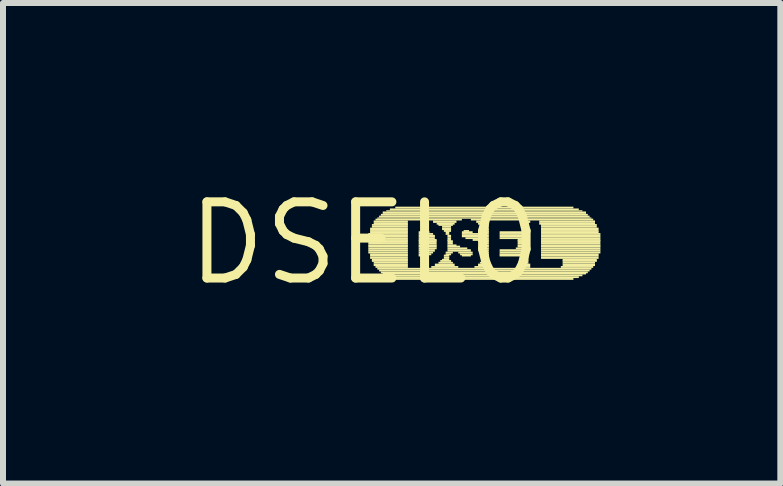
<source format=kicad_pcb>
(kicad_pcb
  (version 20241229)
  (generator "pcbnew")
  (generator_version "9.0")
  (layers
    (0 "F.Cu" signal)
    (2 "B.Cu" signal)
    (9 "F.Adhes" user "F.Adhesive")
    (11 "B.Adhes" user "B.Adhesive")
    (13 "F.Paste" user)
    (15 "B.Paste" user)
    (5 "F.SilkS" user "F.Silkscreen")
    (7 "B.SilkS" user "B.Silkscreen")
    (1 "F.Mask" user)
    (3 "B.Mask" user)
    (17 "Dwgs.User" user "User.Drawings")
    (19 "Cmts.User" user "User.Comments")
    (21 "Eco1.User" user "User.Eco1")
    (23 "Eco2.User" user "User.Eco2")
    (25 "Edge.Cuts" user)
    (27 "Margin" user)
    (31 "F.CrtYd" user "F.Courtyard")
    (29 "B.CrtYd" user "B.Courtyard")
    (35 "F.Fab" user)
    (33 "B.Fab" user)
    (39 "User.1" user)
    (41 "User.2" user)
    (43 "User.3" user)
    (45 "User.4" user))
  (footprint "DSEL0"
    (layer "F.Cu")
    (at 3.031 1.006)
    (property "Reference" "DSEL0" (at 0 0 0) (layer "F.SilkS") (effects (font (size 1.27 1.27) (thickness 0.15))))
    (attr through_hole)
    (fp_poly (pts (xy 0.06 -0.14) (xy 0.72 -0.14) (xy 0.72 -0.17) (xy 0.06 -0.17)) (stroke (width 0) (type solid)) (fill yes) (layer "F.SilkS"))
    (fp_poly (pts (xy 0.06 -0.1) (xy 0.72 -0.1) (xy 0.72 -0.14) (xy 0.06 -0.14)) (stroke (width 0) (type solid)) (fill yes) (layer "F.SilkS"))
    (fp_poly (pts (xy 0.06 -0.07) (xy 0.72 -0.07) (xy 0.72 -0.1) (xy 0.06 -0.1)) (stroke (width 0) (type solid)) (fill yes) (layer "F.SilkS"))
    (fp_poly (pts (xy 0.06 -0.04) (xy 0.72 -0.04) (xy 0.72 -0.07) (xy 0.06 -0.07)) (stroke (width 0) (type solid)) (fill yes) (layer "F.SilkS"))
    (fp_poly (pts (xy 0.06 -0.02) (xy 0.72 -0.02) (xy 0.72 -0.05) (xy 0.06 -0.05)) (stroke (width 0) (type solid)) (fill yes) (layer "F.SilkS"))
    (fp_poly (pts (xy 0.06 0.02) (xy 0.72 0.02) (xy 0.72 -0.02) (xy 0.06 -0.02)) (stroke (width 0) (type solid)) (fill yes) (layer "F.SilkS"))
    (fp_poly (pts (xy 0.06 0.05) (xy 0.72 0.05) (xy 0.72 0.02) (xy 0.06 0.02)) (stroke (width 0) (type solid)) (fill yes) (layer "F.SilkS"))
    (fp_poly (pts (xy 0.06 0.07) (xy 0.72 0.07) (xy 0.72 0.04) (xy 0.06 0.04)) (stroke (width 0) (type solid)) (fill yes) (layer "F.SilkS"))
    (fp_poly (pts (xy 0.06 0.1) (xy 0.72 0.1) (xy 0.72 0.07) (xy 0.06 0.07)) (stroke (width 0) (type solid)) (fill yes) (layer "F.SilkS"))
    (fp_poly (pts (xy 0.06 0.14) (xy 0.72 0.14) (xy 0.72 0.1) (xy 0.06 0.1)) (stroke (width 0) (type solid)) (fill yes) (layer "F.SilkS"))
    (fp_poly (pts (xy 0.06 0.17) (xy 0.72 0.17) (xy 0.72 0.14) (xy 0.06 0.14)) (stroke (width 0) (type solid)) (fill yes) (layer "F.SilkS"))
    (fp_poly (pts (xy 0.09 -0.22) (xy 0.72 -0.22) (xy 0.72 -0.26) (xy 0.09 -0.26)) (stroke (width 0) (type solid)) (fill yes) (layer "F.SilkS"))
    (fp_poly (pts (xy 0.09 -0.19) (xy 0.72 -0.19) (xy 0.72 -0.22) (xy 0.09 -0.22)) (stroke (width 0) (type solid)) (fill yes) (layer "F.SilkS"))
    (fp_poly (pts (xy 0.09 -0.17) (xy 0.72 -0.17) (xy 0.72 -0.2) (xy 0.09 -0.2)) (stroke (width 0) (type solid)) (fill yes) (layer "F.SilkS"))
    (fp_poly (pts (xy 0.09 0.2) (xy 0.72 0.2) (xy 0.72 0.17) (xy 0.09 0.17)) (stroke (width 0) (type solid)) (fill yes) (layer "F.SilkS"))
    (fp_poly (pts (xy 0.09 0.22) (xy 0.72 0.22) (xy 0.72 0.19) (xy 0.09 0.19)) (stroke (width 0) (type solid)) (fill yes) (layer "F.SilkS"))
    (fp_poly (pts (xy 0.09 0.26) (xy 0.72 0.26) (xy 0.72 0.22) (xy 0.09 0.22)) (stroke (width 0) (type solid)) (fill yes) (layer "F.SilkS"))
    (fp_poly (pts (xy 0.12 -0.29) (xy 0.72 -0.29) (xy 0.72 -0.32) (xy 0.12 -0.32)) (stroke (width 0) (type solid)) (fill yes) (layer "F.SilkS"))
    (fp_poly (pts (xy 0.12 -0.26) (xy 0.72 -0.26) (xy 0.72 -0.29) (xy 0.12 -0.29)) (stroke (width 0) (type solid)) (fill yes) (layer "F.SilkS"))
    (fp_poly (pts (xy 0.12 0.29) (xy 0.72 0.29) (xy 0.72 0.26) (xy 0.12 0.26)) (stroke (width 0) (type solid)) (fill yes) (layer "F.SilkS"))
    (fp_poly (pts (xy 0.12 0.31) (xy 0.72 0.31) (xy 0.72 0.28) (xy 0.12 0.28)) (stroke (width 0) (type solid)) (fill yes) (layer "F.SilkS"))
    (fp_poly (pts (xy 0.15 -0.34) (xy 0.72 -0.34) (xy 0.72 -0.38) (xy 0.15 -0.38)) (stroke (width 0) (type solid)) (fill yes) (layer "F.SilkS"))
    (fp_poly (pts (xy 0.15 -0.31) (xy 0.72 -0.31) (xy 0.72 -0.34) (xy 0.15 -0.34)) (stroke (width 0) (type solid)) (fill yes) (layer "F.SilkS"))
    (fp_poly (pts (xy 0.15 0.34) (xy 0.72 0.34) (xy 0.72 0.31) (xy 0.15 0.31)) (stroke (width 0) (type solid)) (fill yes) (layer "F.SilkS"))
    (fp_poly (pts (xy 0.15 0.38) (xy 0.72 0.38) (xy 0.72 0.34) (xy 0.15 0.34)) (stroke (width 0) (type solid)) (fill yes) (layer "F.SilkS"))
    (fp_poly (pts (xy 0.18 -0.38) (xy 1.62 -0.38) (xy 1.62 -0.41) (xy 0.18 -0.41)) (stroke (width 0) (type solid)) (fill yes) (layer "F.SilkS"))
    (fp_poly (pts (xy 0.18 0.41) (xy 0.72 0.41) (xy 0.72 0.38) (xy 0.18 0.38)) (stroke (width 0) (type solid)) (fill yes) (layer "F.SilkS"))
    (fp_poly (pts (xy 0.21 -0.41) (xy 3.78 -0.41) (xy 3.78 -0.43) (xy 0.21 -0.43)) (stroke (width 0) (type solid)) (fill yes) (layer "F.SilkS"))
    (fp_poly (pts (xy 0.21 0.44) (xy 3.78 0.44) (xy 3.78 0.41) (xy 0.21 0.41)) (stroke (width 0) (type solid)) (fill yes) (layer "F.SilkS"))
    (fp_poly (pts (xy 0.24 -0.43) (xy 3.75 -0.43) (xy 3.75 -0.46) (xy 0.24 -0.46)) (stroke (width 0) (type solid)) (fill yes) (layer "F.SilkS"))
    (fp_poly (pts (xy 0.24 0.47) (xy 3.75 0.47) (xy 3.75 0.44) (xy 0.24 0.44)) (stroke (width 0) (type solid)) (fill yes) (layer "F.SilkS"))
    (fp_poly (pts (xy 0.27 -0.46) (xy 3.72 -0.46) (xy 3.72 -0.49) (xy 0.27 -0.49)) (stroke (width 0) (type solid)) (fill yes) (layer "F.SilkS"))
    (fp_poly (pts (xy 0.27 0.5) (xy 3.72 0.5) (xy 3.72 0.47) (xy 0.27 0.47)) (stroke (width 0) (type solid)) (fill yes) (layer "F.SilkS"))
    (fp_poly (pts (xy 0.3 -0.49) (xy 3.69 -0.49) (xy 3.69 -0.53) (xy 0.3 -0.53)) (stroke (width 0) (type solid)) (fill yes) (layer "F.SilkS"))
    (fp_poly (pts (xy 0.3 0.52) (xy 3.69 0.52) (xy 3.69 0.49) (xy 0.3 0.49)) (stroke (width 0) (type solid)) (fill yes) (layer "F.SilkS"))
    (fp_poly (pts (xy 0.36 -0.53) (xy 3.63 -0.53) (xy 3.63 -0.55) (xy 0.36 -0.55)) (stroke (width 0) (type solid)) (fill yes) (layer "F.SilkS"))
    (fp_poly (pts (xy 0.36 0.55) (xy 3.63 0.55) (xy 3.63 0.52) (xy 0.36 0.52)) (stroke (width 0) (type solid)) (fill yes) (layer "F.SilkS"))
    (fp_poly (pts (xy 0.42 -0.55) (xy 3.57 -0.55) (xy 3.57 -0.58) (xy 0.42 -0.58)) (stroke (width 0) (type solid)) (fill yes) (layer "F.SilkS"))
    (fp_poly (pts (xy 0.42 0.58) (xy 3.57 0.58) (xy 3.57 0.55) (xy 0.42 0.55)) (stroke (width 0) (type solid)) (fill yes) (layer "F.SilkS"))
    (fp_poly (pts (xy 0.51 -0.58) (xy 3.48 -0.58) (xy 3.48 -0.61) (xy 0.51 -0.61)) (stroke (width 0) (type solid)) (fill yes) (layer "F.SilkS"))
    (fp_poly (pts (xy 0.51 0.61) (xy 3.48 0.61) (xy 3.48 0.58) (xy 0.51 0.58)) (stroke (width 0) (type solid)) (fill yes) (layer "F.SilkS"))
    (fp_poly (pts (xy 0.9 -0.17) (xy 1.08 -0.17) (xy 1.08 -0.2) (xy 0.9 -0.2)) (stroke (width 0) (type solid)) (fill yes) (layer "F.SilkS"))
    (fp_poly (pts (xy 0.9 -0.14) (xy 1.14 -0.14) (xy 1.14 -0.17) (xy 0.9 -0.17)) (stroke (width 0) (type solid)) (fill yes) (layer "F.SilkS"))
    (fp_poly (pts (xy 0.9 -0.1) (xy 1.17 -0.1) (xy 1.17 -0.14) (xy 0.9 -0.14)) (stroke (width 0) (type solid)) (fill yes) (layer "F.SilkS"))
    (fp_poly (pts (xy 0.9 -0.07) (xy 1.17 -0.07) (xy 1.17 -0.1) (xy 0.9 -0.1)) (stroke (width 0) (type solid)) (fill yes) (layer "F.SilkS"))
    (fp_poly (pts (xy 0.9 -0.04) (xy 1.2 -0.04) (xy 1.2 -0.07) (xy 0.9 -0.07)) (stroke (width 0) (type solid)) (fill yes) (layer "F.SilkS"))
    (fp_poly (pts (xy 0.9 -0.02) (xy 1.2 -0.02) (xy 1.2 -0.05) (xy 0.9 -0.05)) (stroke (width 0) (type solid)) (fill yes) (layer "F.SilkS"))
    (fp_poly (pts (xy 0.9 0.02) (xy 1.2 0.02) (xy 1.2 -0.02) (xy 0.9 -0.02)) (stroke (width 0) (type solid)) (fill yes) (layer "F.SilkS"))
    (fp_poly (pts (xy 0.9 0.05) (xy 1.2 0.05) (xy 1.2 0.02) (xy 0.9 0.02)) (stroke (width 0) (type solid)) (fill yes) (layer "F.SilkS"))
    (fp_poly (pts (xy 0.9 0.07) (xy 1.2 0.07) (xy 1.2 0.04) (xy 0.9 0.04)) (stroke (width 0) (type solid)) (fill yes) (layer "F.SilkS"))
    (fp_poly (pts (xy 0.9 0.1) (xy 1.2 0.1) (xy 1.2 0.07) (xy 0.9 0.07)) (stroke (width 0) (type solid)) (fill yes) (layer "F.SilkS"))
    (fp_poly (pts (xy 0.9 0.14) (xy 1.17 0.14) (xy 1.17 0.1) (xy 0.9 0.1)) (stroke (width 0) (type solid)) (fill yes) (layer "F.SilkS"))
    (fp_poly (pts (xy 0.9 0.17) (xy 1.14 0.17) (xy 1.14 0.14) (xy 0.9 0.14)) (stroke (width 0) (type solid)) (fill yes) (layer "F.SilkS"))
    (fp_poly (pts (xy 0.9 0.2) (xy 1.11 0.2) (xy 1.11 0.17) (xy 0.9 0.17)) (stroke (width 0) (type solid)) (fill yes) (layer "F.SilkS"))
    (fp_poly (pts (xy 0.9 0.22) (xy 1.05 0.22) (xy 1.05 0.19) (xy 0.9 0.19)) (stroke (width 0) (type solid)) (fill yes) (layer "F.SilkS"))
    (fp_poly (pts (xy 1.11 0.41) (xy 1.56 0.41) (xy 1.56 0.38) (xy 1.11 0.38)) (stroke (width 0) (type solid)) (fill yes) (layer "F.SilkS"))
    (fp_poly (pts (xy 1.14 -0.34) (xy 1.53 -0.34) (xy 1.53 -0.38) (xy 1.14 -0.38)) (stroke (width 0) (type solid)) (fill yes) (layer "F.SilkS"))
    (fp_poly (pts (xy 1.17 0.38) (xy 1.5 0.38) (xy 1.5 0.34) (xy 1.17 0.34)) (stroke (width 0) (type solid)) (fill yes) (layer "F.SilkS"))
    (fp_poly (pts (xy 1.2 -0.31) (xy 1.5 -0.31) (xy 1.5 -0.34) (xy 1.2 -0.34)) (stroke (width 0) (type solid)) (fill yes) (layer "F.SilkS"))
    (fp_poly (pts (xy 1.23 -0.29) (xy 1.47 -0.29) (xy 1.47 -0.32) (xy 1.23 -0.32)) (stroke (width 0) (type solid)) (fill yes) (layer "F.SilkS"))
    (fp_poly (pts (xy 1.23 0.34) (xy 1.47 0.34) (xy 1.47 0.31) (xy 1.23 0.31)) (stroke (width 0) (type solid)) (fill yes) (layer "F.SilkS"))
    (fp_poly (pts (xy 1.26 0.31) (xy 1.44 0.31) (xy 1.44 0.28) (xy 1.26 0.28)) (stroke (width 0) (type solid)) (fill yes) (layer "F.SilkS"))
    (fp_poly (pts (xy 1.29 -0.26) (xy 1.44 -0.26) (xy 1.44 -0.29) (xy 1.29 -0.29)) (stroke (width 0) (type solid)) (fill yes) (layer "F.SilkS"))
    (fp_poly (pts (xy 1.29 -0.22) (xy 1.44 -0.22) (xy 1.44 -0.26) (xy 1.29 -0.26)) (stroke (width 0) (type solid)) (fill yes) (layer "F.SilkS"))
    (fp_poly (pts (xy 1.29 0.29) (xy 1.41 0.29) (xy 1.41 0.26) (xy 1.29 0.26)) (stroke (width 0) (type solid)) (fill yes) (layer "F.SilkS"))
    (fp_poly (pts (xy 1.32 -0.19) (xy 1.44 -0.19) (xy 1.44 -0.22) (xy 1.32 -0.22)) (stroke (width 0) (type solid)) (fill yes) (layer "F.SilkS"))
    (fp_poly (pts (xy 1.32 0.22) (xy 1.41 0.22) (xy 1.41 0.19) (xy 1.32 0.19)) (stroke (width 0) (type solid)) (fill yes) (layer "F.SilkS"))
    (fp_poly (pts (xy 1.32 0.26) (xy 1.41 0.26) (xy 1.41 0.22) (xy 1.32 0.22)) (stroke (width 0) (type solid)) (fill yes) (layer "F.SilkS"))
    (fp_poly (pts (xy 1.35 -0.17) (xy 1.41 -0.17) (xy 1.41 -0.2) (xy 1.35 -0.2)) (stroke (width 0) (type solid)) (fill yes) (layer "F.SilkS"))
    (fp_poly (pts (xy 1.35 -0.14) (xy 1.41 -0.14) (xy 1.41 -0.17) (xy 1.35 -0.17)) (stroke (width 0) (type solid)) (fill yes) (layer "F.SilkS"))
    (fp_poly (pts (xy 1.35 0.17) (xy 1.47 0.17) (xy 1.47 0.14) (xy 1.35 0.14)) (stroke (width 0) (type solid)) (fill yes) (layer "F.SilkS"))
    (fp_poly (pts (xy 1.35 0.2) (xy 1.44 0.2) (xy 1.44 0.17) (xy 1.35 0.17)) (stroke (width 0) (type solid)) (fill yes) (layer "F.SilkS"))
    (fp_poly (pts (xy 1.38 -0.1) (xy 1.44 -0.1) (xy 1.44 -0.14) (xy 1.38 -0.14)) (stroke (width 0) (type solid)) (fill yes) (layer "F.SilkS"))
    (fp_poly (pts (xy 1.38 -0.07) (xy 1.44 -0.07) (xy 1.44 -0.1) (xy 1.38 -0.1)) (stroke (width 0) (type solid)) (fill yes) (layer "F.SilkS"))
    (fp_poly (pts (xy 1.38 -0.04) (xy 1.44 -0.04) (xy 1.44 -0.07) (xy 1.38 -0.07)) (stroke (width 0) (type solid)) (fill yes) (layer "F.SilkS"))
    (fp_poly (pts (xy 1.38 -0.02) (xy 1.47 -0.02) (xy 1.47 -0.05) (xy 1.38 -0.05)) (stroke (width 0) (type solid)) (fill yes) (layer "F.SilkS"))
    (fp_poly (pts (xy 1.38 0.02) (xy 1.47 0.02) (xy 1.47 -0.02) (xy 1.38 -0.02)) (stroke (width 0) (type solid)) (fill yes) (layer "F.SilkS"))
    (fp_poly (pts (xy 1.38 0.05) (xy 1.53 0.05) (xy 1.53 0.02) (xy 1.38 0.02)) (stroke (width 0) (type solid)) (fill yes) (layer "F.SilkS"))
    (fp_poly (pts (xy 1.38 0.07) (xy 1.59 0.07) (xy 1.59 0.04) (xy 1.38 0.04)) (stroke (width 0) (type solid)) (fill yes) (layer "F.SilkS"))
    (fp_poly (pts (xy 1.38 0.1) (xy 1.71 0.1) (xy 1.71 0.07) (xy 1.38 0.07)) (stroke (width 0) (type solid)) (fill yes) (layer "F.SilkS"))
    (fp_poly (pts (xy 1.38 0.14) (xy 1.77 0.14) (xy 1.77 0.1) (xy 1.38 0.1)) (stroke (width 0) (type solid)) (fill yes) (layer "F.SilkS"))
    (fp_poly (pts (xy 1.56 0.17) (xy 1.8 0.17) (xy 1.8 0.14) (xy 1.56 0.14)) (stroke (width 0) (type solid)) (fill yes) (layer "F.SilkS"))
    (fp_poly (pts (xy 1.59 0.2) (xy 1.8 0.2) (xy 1.8 0.17) (xy 1.59 0.17)) (stroke (width 0) (type solid)) (fill yes) (layer "F.SilkS"))
    (fp_poly (pts (xy 1.62 -0.17) (xy 1.8 -0.17) (xy 1.8 -0.2) (xy 1.62 -0.2)) (stroke (width 0) (type solid)) (fill yes) (layer "F.SilkS"))
    (fp_poly (pts (xy 1.62 -0.14) (xy 2.07 -0.14) (xy 2.07 -0.17) (xy 1.62 -0.17)) (stroke (width 0) (type solid)) (fill yes) (layer "F.SilkS"))
    (fp_poly (pts (xy 1.62 -0.1) (xy 2.07 -0.1) (xy 2.07 -0.14) (xy 1.62 -0.14)) (stroke (width 0) (type solid)) (fill yes) (layer "F.SilkS"))
    (fp_poly (pts (xy 1.62 0.22) (xy 1.77 0.22) (xy 1.77 0.19) (xy 1.62 0.19)) (stroke (width 0) (type solid)) (fill yes) (layer "F.SilkS"))
    (fp_poly (pts (xy 1.65 -0.19) (xy 1.74 -0.19) (xy 1.74 -0.22) (xy 1.65 -0.22)) (stroke (width 0) (type solid)) (fill yes) (layer "F.SilkS"))
    (fp_poly (pts (xy 1.68 -0.07) (xy 2.07 -0.07) (xy 2.07 -0.1) (xy 1.68 -0.1)) (stroke (width 0) (type solid)) (fill yes) (layer "F.SilkS"))
    (fp_poly (pts (xy 1.77 -0.38) (xy 3.81 -0.38) (xy 3.81 -0.41) (xy 1.77 -0.41)) (stroke (width 0) (type solid)) (fill yes) (layer "F.SilkS"))
    (fp_poly (pts (xy 1.8 -0.04) (xy 2.07 -0.04) (xy 2.07 -0.07) (xy 1.8 -0.07)) (stroke (width 0) (type solid)) (fill yes) (layer "F.SilkS"))
    (fp_poly (pts (xy 1.83 0.41) (xy 2.07 0.41) (xy 2.07 0.38) (xy 1.83 0.38)) (stroke (width 0) (type solid)) (fill yes) (layer "F.SilkS"))
    (fp_poly (pts (xy 1.86 -0.34) (xy 2.07 -0.34) (xy 2.07 -0.38) (xy 1.86 -0.38)) (stroke (width 0) (type solid)) (fill yes) (layer "F.SilkS"))
    (fp_poly (pts (xy 1.89 -0.31) (xy 2.07 -0.31) (xy 2.07 -0.34) (xy 1.89 -0.34)) (stroke (width 0) (type solid)) (fill yes) (layer "F.SilkS"))
    (fp_poly (pts (xy 1.89 -0.19) (xy 2.07 -0.19) (xy 2.07 -0.22) (xy 1.89 -0.22)) (stroke (width 0) (type solid)) (fill yes) (layer "F.SilkS"))
    (fp_poly (pts (xy 1.89 -0.17) (xy 2.07 -0.17) (xy 2.07 -0.2) (xy 1.89 -0.2)) (stroke (width 0) (type solid)) (fill yes) (layer "F.SilkS"))
    (fp_poly (pts (xy 1.89 -0.02) (xy 2.07 -0.02) (xy 2.07 -0.05) (xy 1.89 -0.05)) (stroke (width 0) (type solid)) (fill yes) (layer "F.SilkS"))
    (fp_poly (pts (xy 1.89 0.38) (xy 2.07 0.38) (xy 2.07 0.34) (xy 1.89 0.34)) (stroke (width 0) (type solid)) (fill yes) (layer "F.SilkS"))
    (fp_poly (pts (xy 1.92 -0.29) (xy 2.07 -0.29) (xy 2.07 -0.32) (xy 1.92 -0.32)) (stroke (width 0) (type solid)) (fill yes) (layer "F.SilkS"))
    (fp_poly (pts (xy 1.92 -0.26) (xy 2.07 -0.26) (xy 2.07 -0.29) (xy 1.92 -0.29)) (stroke (width 0) (type solid)) (fill yes) (layer "F.SilkS"))
    (fp_poly (pts (xy 1.92 -0.22) (xy 2.07 -0.22) (xy 2.07 -0.26) (xy 1.92 -0.26)) (stroke (width 0) (type solid)) (fill yes) (layer "F.SilkS"))
    (fp_poly (pts (xy 1.92 0.02) (xy 2.07 0.02) (xy 2.07 -0.02) (xy 1.92 -0.02)) (stroke (width 0) (type solid)) (fill yes) (layer "F.SilkS"))
    (fp_poly (pts (xy 1.92 0.34) (xy 2.07 0.34) (xy 2.07 0.31) (xy 1.92 0.31)) (stroke (width 0) (type solid)) (fill yes) (layer "F.SilkS"))
    (fp_poly (pts (xy 1.95 0.05) (xy 2.07 0.05) (xy 2.07 0.02) (xy 1.95 0.02)) (stroke (width 0) (type solid)) (fill yes) (layer "F.SilkS"))
    (fp_poly (pts (xy 1.95 0.07) (xy 2.07 0.07) (xy 2.07 0.04) (xy 1.95 0.04)) (stroke (width 0) (type solid)) (fill yes) (layer "F.SilkS"))
    (fp_poly (pts (xy 1.95 0.29) (xy 2.07 0.29) (xy 2.07 0.26) (xy 1.95 0.26)) (stroke (width 0) (type solid)) (fill yes) (layer "F.SilkS"))
    (fp_poly (pts (xy 1.95 0.31) (xy 2.07 0.31) (xy 2.07 0.28) (xy 1.95 0.28)) (stroke (width 0) (type solid)) (fill yes) (layer "F.SilkS"))
    (fp_poly (pts (xy 1.98 0.1) (xy 2.07 0.1) (xy 2.07 0.07) (xy 1.98 0.07)) (stroke (width 0) (type solid)) (fill yes) (layer "F.SilkS"))
    (fp_poly (pts (xy 1.98 0.14) (xy 2.07 0.14) (xy 2.07 0.1) (xy 1.98 0.1)) (stroke (width 0) (type solid)) (fill yes) (layer "F.SilkS"))
    (fp_poly (pts (xy 1.98 0.17) (xy 2.07 0.17) (xy 2.07 0.14) (xy 1.98 0.14)) (stroke (width 0) (type solid)) (fill yes) (layer "F.SilkS"))
    (fp_poly (pts (xy 1.98 0.2) (xy 2.07 0.2) (xy 2.07 0.17) (xy 1.98 0.17)) (stroke (width 0) (type solid)) (fill yes) (layer "F.SilkS"))
    (fp_poly (pts (xy 1.98 0.22) (xy 2.07 0.22) (xy 2.07 0.19) (xy 1.98 0.19)) (stroke (width 0) (type solid)) (fill yes) (layer "F.SilkS"))
    (fp_poly (pts (xy 1.98 0.26) (xy 2.07 0.26) (xy 2.07 0.22) (xy 1.98 0.22)) (stroke (width 0) (type solid)) (fill yes) (layer "F.SilkS"))
    (fp_poly (pts (xy 2.25 -0.17) (xy 2.73 -0.17) (xy 2.73 -0.2) (xy 2.25 -0.2)) (stroke (width 0) (type solid)) (fill yes) (layer "F.SilkS"))
    (fp_poly (pts (xy 2.25 -0.14) (xy 2.73 -0.14) (xy 2.73 -0.17) (xy 2.25 -0.17)) (stroke (width 0) (type solid)) (fill yes) (layer "F.SilkS"))
    (fp_poly (pts (xy 2.25 -0.1) (xy 2.73 -0.1) (xy 2.73 -0.14) (xy 2.25 -0.14)) (stroke (width 0) (type solid)) (fill yes) (layer "F.SilkS"))
    (fp_poly (pts (xy 2.25 -0.07) (xy 2.73 -0.07) (xy 2.73 -0.1) (xy 2.25 -0.1)) (stroke (width 0) (type solid)) (fill yes) (layer "F.SilkS"))
    (fp_poly (pts (xy 2.25 0.14) (xy 2.73 0.14) (xy 2.73 0.1) (xy 2.25 0.1)) (stroke (width 0) (type solid)) (fill yes) (layer "F.SilkS"))
    (fp_poly (pts (xy 2.25 0.17) (xy 2.73 0.17) (xy 2.73 0.14) (xy 2.25 0.14)) (stroke (width 0) (type solid)) (fill yes) (layer "F.SilkS"))
    (fp_poly (pts (xy 2.25 0.2) (xy 2.73 0.2) (xy 2.73 0.17) (xy 2.25 0.17)) (stroke (width 0) (type solid)) (fill yes) (layer "F.SilkS"))
    (fp_poly (pts (xy 2.25 0.22) (xy 2.73 0.22) (xy 2.73 0.19) (xy 2.25 0.19)) (stroke (width 0) (type solid)) (fill yes) (layer "F.SilkS"))
    (fp_poly (pts (xy 2.52 0.1) (xy 2.73 0.1) (xy 2.73 0.07) (xy 2.52 0.07)) (stroke (width 0) (type solid)) (fill yes) (layer "F.SilkS"))
    (fp_poly (pts (xy 2.55 -0.04) (xy 2.73 -0.04) (xy 2.73 -0.07) (xy 2.55 -0.07)) (stroke (width 0) (type solid)) (fill yes) (layer "F.SilkS"))
    (fp_poly (pts (xy 2.55 -0.02) (xy 2.73 -0.02) (xy 2.73 -0.05) (xy 2.55 -0.05)) (stroke (width 0) (type solid)) (fill yes) (layer "F.SilkS"))
    (fp_poly (pts (xy 2.55 0.02) (xy 2.73 0.02) (xy 2.73 -0.02) (xy 2.55 -0.02)) (stroke (width 0) (type solid)) (fill yes) (layer "F.SilkS"))
    (fp_poly (pts (xy 2.55 0.05) (xy 2.73 0.05) (xy 2.73 0.02) (xy 2.55 0.02)) (stroke (width 0) (type solid)) (fill yes) (layer "F.SilkS"))
    (fp_poly (pts (xy 2.55 0.07) (xy 2.73 0.07) (xy 2.73 0.04) (xy 2.55 0.04)) (stroke (width 0) (type solid)) (fill yes) (layer "F.SilkS"))
    (fp_poly (pts (xy 2.64 -0.19) (xy 2.73 -0.19) (xy 2.73 -0.22) (xy 2.64 -0.22)) (stroke (width 0) (type solid)) (fill yes) (layer "F.SilkS"))
    (fp_poly (pts (xy 2.64 0.41) (xy 2.76 0.41) (xy 2.76 0.38) (xy 2.64 0.38)) (stroke (width 0) (type solid)) (fill yes) (layer "F.SilkS"))
    (fp_poly (pts (xy 2.67 -0.34) (xy 2.76 -0.34) (xy 2.76 -0.38) (xy 2.67 -0.38)) (stroke (width 0) (type solid)) (fill yes) (layer "F.SilkS"))
    (fp_poly (pts (xy 2.67 -0.31) (xy 2.73 -0.31) (xy 2.73 -0.34) (xy 2.67 -0.34)) (stroke (width 0) (type solid)) (fill yes) (layer "F.SilkS"))
    (fp_poly (pts (xy 2.67 -0.29) (xy 2.73 -0.29) (xy 2.73 -0.32) (xy 2.67 -0.32)) (stroke (width 0) (type solid)) (fill yes) (layer "F.SilkS"))
    (fp_poly (pts (xy 2.67 -0.26) (xy 2.73 -0.26) (xy 2.73 -0.29) (xy 2.67 -0.29)) (stroke (width 0) (type solid)) (fill yes) (layer "F.SilkS"))
    (fp_poly (pts (xy 2.67 -0.22) (xy 2.73 -0.22) (xy 2.73 -0.26) (xy 2.67 -0.26)) (stroke (width 0) (type solid)) (fill yes) (layer "F.SilkS"))
    (fp_poly (pts (xy 2.67 0.26) (xy 2.73 0.26) (xy 2.73 0.22) (xy 2.67 0.22)) (stroke (width 0) (type solid)) (fill yes) (layer "F.SilkS"))
    (fp_poly (pts (xy 2.67 0.29) (xy 2.73 0.29) (xy 2.73 0.26) (xy 2.67 0.26)) (stroke (width 0) (type solid)) (fill yes) (layer "F.SilkS"))
    (fp_poly (pts (xy 2.67 0.31) (xy 2.73 0.31) (xy 2.73 0.28) (xy 2.67 0.28)) (stroke (width 0) (type solid)) (fill yes) (layer "F.SilkS"))
    (fp_poly (pts (xy 2.67 0.34) (xy 2.73 0.34) (xy 2.73 0.31) (xy 2.67 0.31)) (stroke (width 0) (type solid)) (fill yes) (layer "F.SilkS"))
    (fp_poly (pts (xy 2.67 0.38) (xy 2.76 0.38) (xy 2.76 0.34) (xy 2.67 0.34)) (stroke (width 0) (type solid)) (fill yes) (layer "F.SilkS"))
    (fp_poly (pts (xy 2.91 -0.34) (xy 3.84 -0.34) (xy 3.84 -0.38) (xy 2.91 -0.38)) (stroke (width 0) (type solid)) (fill yes) (layer "F.SilkS"))
    (fp_poly (pts (xy 2.91 -0.31) (xy 3.84 -0.31) (xy 3.84 -0.34) (xy 2.91 -0.34)) (stroke (width 0) (type solid)) (fill yes) (layer "F.SilkS"))
    (fp_poly (pts (xy 2.94 -0.29) (xy 3.87 -0.29) (xy 3.87 -0.32) (xy 2.94 -0.32)) (stroke (width 0) (type solid)) (fill yes) (layer "F.SilkS"))
    (fp_poly (pts (xy 2.94 -0.26) (xy 3.87 -0.26) (xy 3.87 -0.29) (xy 2.94 -0.29)) (stroke (width 0) (type solid)) (fill yes) (layer "F.SilkS"))
    (fp_poly (pts (xy 2.94 -0.22) (xy 3.9 -0.22) (xy 3.9 -0.26) (xy 2.94 -0.26)) (stroke (width 0) (type solid)) (fill yes) (layer "F.SilkS"))
    (fp_poly (pts (xy 2.94 -0.19) (xy 3.9 -0.19) (xy 3.9 -0.22) (xy 2.94 -0.22)) (stroke (width 0) (type solid)) (fill yes) (layer "F.SilkS"))
    (fp_poly (pts (xy 2.94 -0.17) (xy 3.9 -0.17) (xy 3.9 -0.2) (xy 2.94 -0.2)) (stroke (width 0) (type solid)) (fill yes) (layer "F.SilkS"))
    (fp_poly (pts (xy 2.94 -0.14) (xy 3.93 -0.14) (xy 3.93 -0.17) (xy 2.94 -0.17)) (stroke (width 0) (type solid)) (fill yes) (layer "F.SilkS"))
    (fp_poly (pts (xy 2.94 -0.1) (xy 3.93 -0.1) (xy 3.93 -0.14) (xy 2.94 -0.14)) (stroke (width 0) (type solid)) (fill yes) (layer "F.SilkS"))
    (fp_poly (pts (xy 2.94 -0.07) (xy 3.93 -0.07) (xy 3.93 -0.1) (xy 2.94 -0.1)) (stroke (width 0) (type solid)) (fill yes) (layer "F.SilkS"))
    (fp_poly (pts (xy 2.94 -0.04) (xy 3.93 -0.04) (xy 3.93 -0.07) (xy 2.94 -0.07)) (stroke (width 0) (type solid)) (fill yes) (layer "F.SilkS"))
    (fp_poly (pts (xy 2.94 -0.02) (xy 3.93 -0.02) (xy 3.93 -0.05) (xy 2.94 -0.05)) (stroke (width 0) (type solid)) (fill yes) (layer "F.SilkS"))
    (fp_poly (pts (xy 2.94 0.02) (xy 3.93 0.02) (xy 3.93 -0.02) (xy 2.94 -0.02)) (stroke (width 0) (type solid)) (fill yes) (layer "F.SilkS"))
    (fp_poly (pts (xy 2.94 0.05) (xy 3.93 0.05) (xy 3.93 0.02) (xy 2.94 0.02)) (stroke (width 0) (type solid)) (fill yes) (layer "F.SilkS"))
    (fp_poly (pts (xy 2.94 0.07) (xy 3.93 0.07) (xy 3.93 0.04) (xy 2.94 0.04)) (stroke (width 0) (type solid)) (fill yes) (layer "F.SilkS"))
    (fp_poly (pts (xy 2.94 0.1) (xy 3.93 0.1) (xy 3.93 0.07) (xy 2.94 0.07)) (stroke (width 0) (type solid)) (fill yes) (layer "F.SilkS"))
    (fp_poly (pts (xy 2.94 0.14) (xy 3.93 0.14) (xy 3.93 0.1) (xy 2.94 0.1)) (stroke (width 0) (type solid)) (fill yes) (layer "F.SilkS"))
    (fp_poly (pts (xy 2.94 0.17) (xy 3.93 0.17) (xy 3.93 0.14) (xy 2.94 0.14)) (stroke (width 0) (type solid)) (fill yes) (layer "F.SilkS"))
    (fp_poly (pts (xy 2.94 0.2) (xy 3.9 0.2) (xy 3.9 0.17) (xy 2.94 0.17)) (stroke (width 0) (type solid)) (fill yes) (layer "F.SilkS"))
    (fp_poly (pts (xy 2.94 0.22) (xy 3.9 0.22) (xy 3.9 0.19) (xy 2.94 0.19)) (stroke (width 0) (type solid)) (fill yes) (layer "F.SilkS"))
    (fp_poly (pts (xy 2.94 0.26) (xy 3.9 0.26) (xy 3.9 0.22) (xy 2.94 0.22)) (stroke (width 0) (type solid)) (fill yes) (layer "F.SilkS"))
    (fp_poly (pts (xy 3.27 0.41) (xy 3.81 0.41) (xy 3.81 0.38) (xy 3.27 0.38)) (stroke (width 0) (type solid)) (fill yes) (layer "F.SilkS"))
    (fp_poly (pts (xy 3.3 0.29) (xy 3.87 0.29) (xy 3.87 0.26) (xy 3.3 0.26)) (stroke (width 0) (type solid)) (fill yes) (layer "F.SilkS"))
    (fp_poly (pts (xy 3.3 0.31) (xy 3.87 0.31) (xy 3.87 0.28) (xy 3.3 0.28)) (stroke (width 0) (type solid)) (fill yes) (layer "F.SilkS"))
    (fp_poly (pts (xy 3.3 0.34) (xy 3.84 0.34) (xy 3.84 0.31) (xy 3.3 0.31)) (stroke (width 0) (type solid)) (fill yes) (layer "F.SilkS"))
    (fp_poly (pts (xy 3.3 0.38) (xy 3.84 0.38) (xy 3.84 0.34) (xy 3.3 0.34)) (stroke (width 0) (type solid)) (fill yes) (layer "F.SilkS")))
  (gr_rect
    (start -3 -3)
    (end 9.961 5.012)
    (stroke (width 0.1) (type default))
    (fill no)
    (layer "Edge.Cuts")))
</source>
